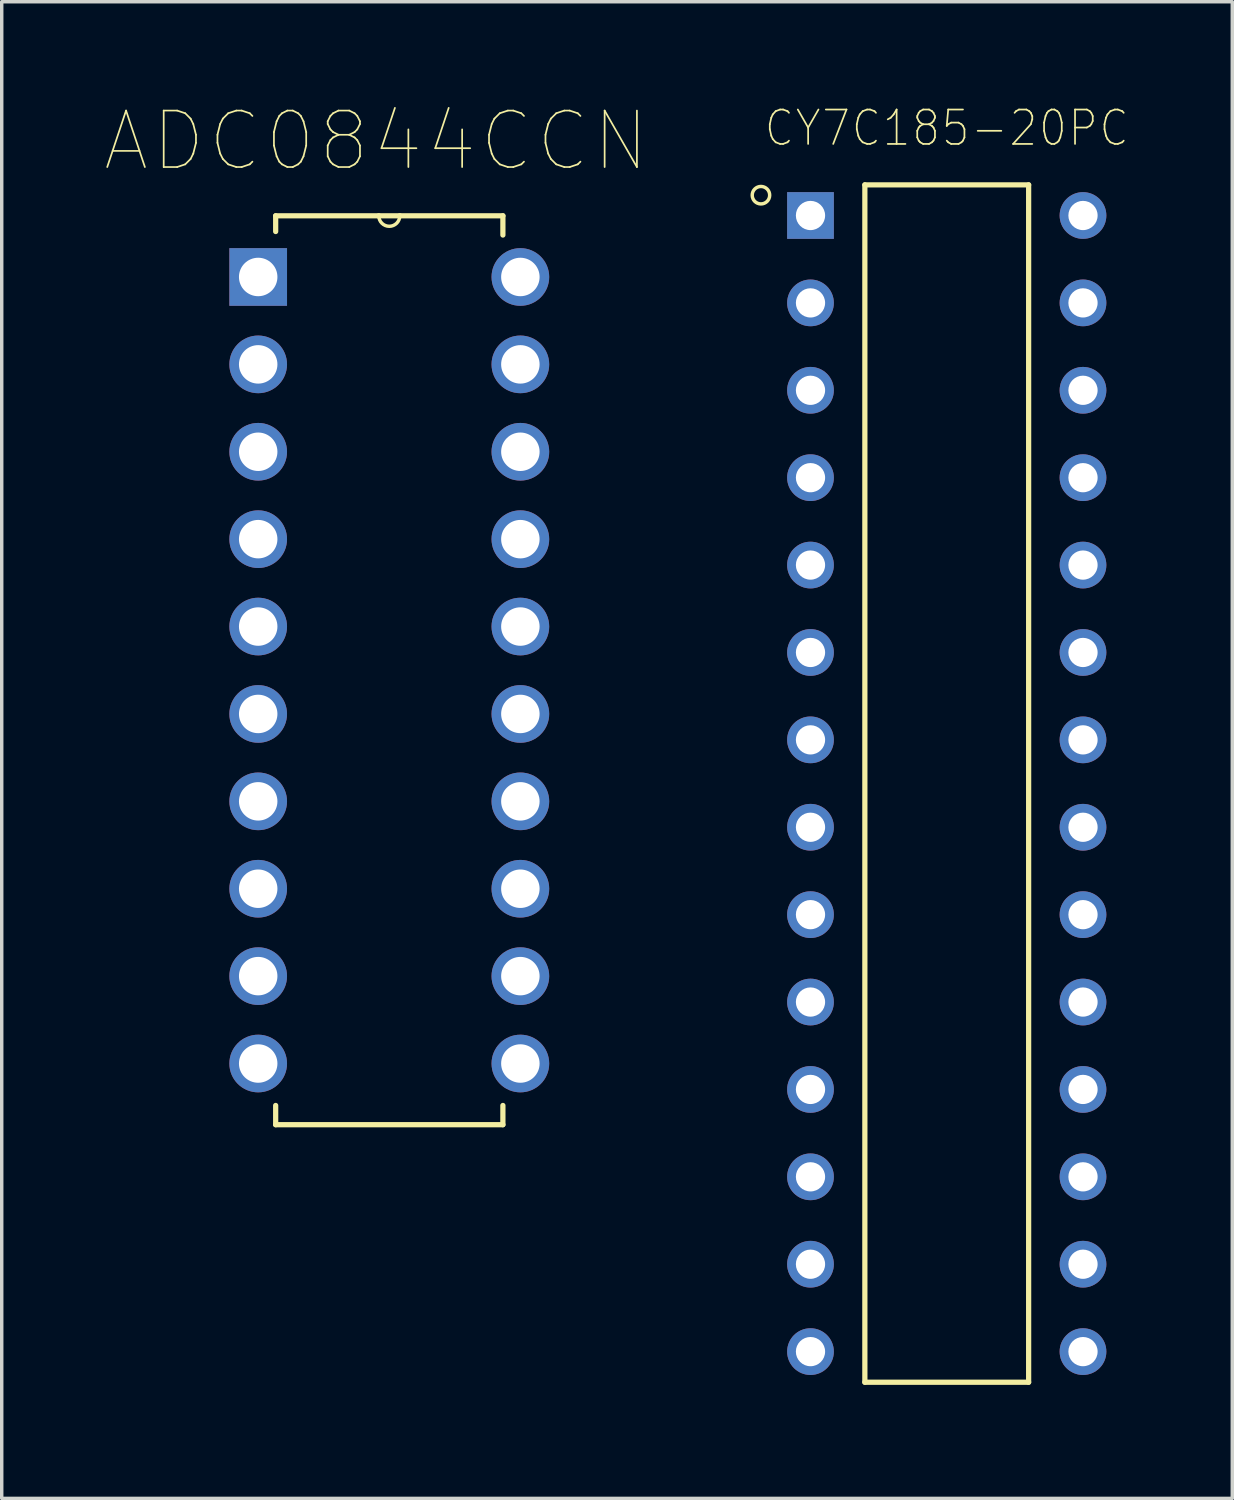
<source format=kicad_pcb>
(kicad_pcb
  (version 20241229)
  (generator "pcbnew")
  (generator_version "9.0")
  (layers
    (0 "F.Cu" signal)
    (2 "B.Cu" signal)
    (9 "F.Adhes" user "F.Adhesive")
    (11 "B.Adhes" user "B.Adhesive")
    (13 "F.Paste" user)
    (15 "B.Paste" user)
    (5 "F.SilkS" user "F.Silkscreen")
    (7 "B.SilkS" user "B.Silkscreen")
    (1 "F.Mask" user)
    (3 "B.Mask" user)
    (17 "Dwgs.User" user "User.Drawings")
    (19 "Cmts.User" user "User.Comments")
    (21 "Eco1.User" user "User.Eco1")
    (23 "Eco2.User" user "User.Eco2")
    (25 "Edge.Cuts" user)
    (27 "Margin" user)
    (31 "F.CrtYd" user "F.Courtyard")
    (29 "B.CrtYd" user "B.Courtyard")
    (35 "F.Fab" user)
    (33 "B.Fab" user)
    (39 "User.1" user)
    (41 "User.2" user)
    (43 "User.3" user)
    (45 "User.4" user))
  (footprint "CY7C185-20PC"
    (layer "F.Cu")
    (at 24.466 19.723)
    (property "Reference" "CY7C185-20PC" (at 0 -19.05 0) (layer "F.SilkS") (effects (font (size 1 0.9) (thickness 0.05))))
    (attr through_hole)
    (fp_line (start -2.38 -17.4) (end -2.38 17.4) (stroke (width 0.152) (type solid)) (layer "F.SilkS"))
    (fp_line (start 2.38 -17.4) (end -2.38 -17.4) (stroke (width 0.152) (type solid)) (layer "F.SilkS"))
    (fp_line (start 2.38 17.4) (end -2.38 17.4) (stroke (width 0.152) (type solid)) (layer "F.SilkS"))
    (fp_line (start 2.38 17.4) (end 2.38 -17.4) (stroke (width 0.152) (type solid)) (layer "F.SilkS"))
    (fp_circle (center -5.4 -17.1) (end -5.146 -17.1) (stroke (width 0.1) (type solid)) (fill no) (layer "F.SilkS"))
    (fp_line (start -5 -17.75) (end 5 -17.75) (stroke (width 0.05) (type solid)) (layer "Eco1.User"))
    (fp_line (start -5 17.75) (end -5 -17.75) (stroke (width 0.05) (type solid)) (layer "Eco1.User"))
    (fp_line (start 5 -17.75) (end 5 17.75) (stroke (width 0.05) (type solid)) (layer "Eco1.User"))
    (fp_line (start 5 17.75) (end -5 17.75) (stroke (width 0.05) (type solid)) (layer "Eco1.User"))
    (pad "1" thru_hole rect (at -3.96 -16.51) (size 1.358 1.358) (drill 0.85) (layers "*.Cu" "*.Mask"))
    (pad "2" thru_hole circle (at -3.96 -13.97) (size 1.358 1.358) (drill 0.85) (layers "*.Cu" "*.Mask"))
    (pad "3" thru_hole circle (at -3.96 -11.43) (size 1.358 1.358) (drill 0.85) (layers "*.Cu" "*.Mask"))
    (pad "4" thru_hole circle (at -3.96 -8.89) (size 1.358 1.358) (drill 0.85) (layers "*.Cu" "*.Mask"))
    (pad "5" thru_hole circle (at -3.96 -6.35) (size 1.358 1.358) (drill 0.85) (layers "*.Cu" "*.Mask"))
    (pad "6" thru_hole circle (at -3.96 -3.81) (size 1.358 1.358) (drill 0.85) (layers "*.Cu" "*.Mask"))
    (pad "7" thru_hole circle (at -3.96 -1.27) (size 1.358 1.358) (drill 0.85) (layers "*.Cu" "*.Mask"))
    (pad "8" thru_hole circle (at -3.96 1.27) (size 1.358 1.358) (drill 0.85) (layers "*.Cu" "*.Mask"))
    (pad "9" thru_hole circle (at -3.96 3.81) (size 1.358 1.358) (drill 0.85) (layers "*.Cu" "*.Mask"))
    (pad "10" thru_hole circle (at -3.96 6.35) (size 1.358 1.358) (drill 0.85) (layers "*.Cu" "*.Mask"))
    (pad "11" thru_hole circle (at -3.96 8.89) (size 1.358 1.358) (drill 0.85) (layers "*.Cu" "*.Mask"))
    (pad "12" thru_hole circle (at -3.96 11.43) (size 1.358 1.358) (drill 0.85) (layers "*.Cu" "*.Mask"))
    (pad "13" thru_hole circle (at -3.96 13.97) (size 1.358 1.358) (drill 0.85) (layers "*.Cu" "*.Mask"))
    (pad "14" thru_hole circle (at -3.96 16.51) (size 1.358 1.358) (drill 0.85) (layers "*.Cu" "*.Mask"))
    (pad "15" thru_hole circle (at 3.96 16.51) (size 1.358 1.358) (drill 0.85) (layers "*.Cu" "*.Mask"))
    (pad "16" thru_hole circle (at 3.96 13.97) (size 1.358 1.358) (drill 0.85) (layers "*.Cu" "*.Mask"))
    (pad "17" thru_hole circle (at 3.96 11.43) (size 1.358 1.358) (drill 0.85) (layers "*.Cu" "*.Mask"))
    (pad "18" thru_hole circle (at 3.96 8.89) (size 1.358 1.358) (drill 0.85) (layers "*.Cu" "*.Mask"))
    (pad "19" thru_hole circle (at 3.96 6.35) (size 1.358 1.358) (drill 0.85) (layers "*.Cu" "*.Mask"))
    (pad "20" thru_hole circle (at 3.96 3.81) (size 1.358 1.358) (drill 0.85) (layers "*.Cu" "*.Mask"))
    (pad "21" thru_hole circle (at 3.96 1.27) (size 1.358 1.358) (drill 0.85) (layers "*.Cu" "*.Mask"))
    (pad "22" thru_hole circle (at 3.96 -1.27) (size 1.358 1.358) (drill 0.85) (layers "*.Cu" "*.Mask"))
    (pad "23" thru_hole circle (at 3.96 -3.81) (size 1.358 1.358) (drill 0.85) (layers "*.Cu" "*.Mask"))
    (pad "24" thru_hole circle (at 3.96 -6.35) (size 1.358 1.358) (drill 0.85) (layers "*.Cu" "*.Mask"))
    (pad "25" thru_hole circle (at 3.96 -8.89) (size 1.358 1.358) (drill 0.85) (layers "*.Cu" "*.Mask"))
    (pad "26" thru_hole circle (at 3.96 -11.43) (size 1.358 1.358) (drill 0.85) (layers "*.Cu" "*.Mask"))
    (pad "27" thru_hole circle (at 3.96 -13.97) (size 1.358 1.358) (drill 0.85) (layers "*.Cu" "*.Mask"))
    (pad "28" thru_hole circle (at 3.96 -16.51) (size 1.358 1.358) (drill 0.85) (layers "*.Cu" "*.Mask")))
  (footprint "ADC0844CCN"
    (layer "F.Cu")
    (at 12.074 27.86)
    (property "Reference" "ADC0844CCN" (at -4.193 -26.812 0) (layer "F.SilkS") (effects (font (size 1.641 1.641) (thickness 0.05))))
    (attr through_hole)
    (fp_line (start -7.112 -24.638) (end -7.112 -24.181) (stroke (width 0.152) (type solid)) (layer "F.SilkS"))
    (fp_line (start -7.112 1.219) (end -7.112 1.778) (stroke (width 0.152) (type solid)) (layer "F.SilkS"))
    (fp_line (start -7.112 1.778) (end -0.508 1.778) (stroke (width 0.152) (type solid)) (layer "F.SilkS"))
    (fp_line (start -4.115 -24.638) (end -7.112 -24.638) (stroke (width 0.152) (type solid)) (layer "F.SilkS"))
    (fp_line (start -3.505 -24.638) (end -4.115 -24.638) (stroke (width 0.152) (type solid)) (layer "F.SilkS"))
    (fp_line (start -0.508 -24.638) (end -3.505 -24.638) (stroke (width 0.152) (type solid)) (layer "F.SilkS"))
    (fp_line (start -0.508 -24.079) (end -0.508 -24.638) (stroke (width 0.152) (type solid)) (layer "F.SilkS"))
    (fp_line (start -0.508 1.778) (end -0.508 1.219) (stroke (width 0.152) (type solid)) (layer "F.SilkS"))
    (fp_arc (start -3.5052 -24.638) (mid -3.81 -24.3332) (end -4.1148 -24.638) (stroke (width 0.1) (type solid)) (layer "F.SilkS"))
    (fp_line (start -8.179 -23.419) (end -8.179 -22.301) (stroke (width 0.152) (type solid)) (layer "Eco2.User"))
    (fp_line (start -8.179 -22.301) (end -7.112 -22.301) (stroke (width 0.152) (type solid)) (layer "Eco2.User"))
    (fp_line (start -8.179 -20.879) (end -8.179 -19.761) (stroke (width 0.152) (type solid)) (layer "Eco2.User"))
    (fp_line (start -8.179 -19.761) (end -7.112 -19.761) (stroke (width 0.152) (type solid)) (layer "Eco2.User"))
    (fp_line (start -8.179 -18.339) (end -8.179 -17.221) (stroke (width 0.152) (type solid)) (layer "Eco2.User"))
    (fp_line (start -8.179 -17.221) (end -7.112 -17.221) (stroke (width 0.152) (type solid)) (layer "Eco2.User"))
    (fp_line (start -8.179 -15.799) (end -8.179 -14.681) (stroke (width 0.152) (type solid)) (layer "Eco2.User"))
    (fp_line (start -8.179 -14.681) (end -7.112 -14.681) (stroke (width 0.152) (type solid)) (layer "Eco2.User"))
    (fp_line (start -8.179 -13.259) (end -8.179 -12.141) (stroke (width 0.152) (type solid)) (layer "Eco2.User"))
    (fp_line (start -8.179 -12.141) (end -7.112 -12.141) (stroke (width 0.152) (type solid)) (layer "Eco2.User"))
    (fp_line (start -8.179 -10.719) (end -8.179 -9.601) (stroke (width 0.152) (type solid)) (layer "Eco2.User"))
    (fp_line (start -8.179 -9.601) (end -7.112 -9.601) (stroke (width 0.152) (type solid)) (layer "Eco2.User"))
    (fp_line (start -8.179 -8.179) (end -8.179 -7.061) (stroke (width 0.152) (type solid)) (layer "Eco2.User"))
    (fp_line (start -8.179 -7.061) (end -7.112 -7.061) (stroke (width 0.152) (type solid)) (layer "Eco2.User"))
    (fp_line (start -8.179 -5.639) (end -8.179 -4.521) (stroke (width 0.152) (type solid)) (layer "Eco2.User"))
    (fp_line (start -8.179 -4.521) (end -7.112 -4.521) (stroke (width 0.152) (type solid)) (layer "Eco2.User"))
    (fp_line (start -8.179 -3.099) (end -8.179 -1.981) (stroke (width 0.152) (type solid)) (layer "Eco2.User"))
    (fp_line (start -8.179 -1.981) (end -7.112 -1.981) (stroke (width 0.152) (type solid)) (layer "Eco2.User"))
    (fp_line (start -8.179 -0.559) (end -8.179 0.559) (stroke (width 0.152) (type solid)) (layer "Eco2.User"))
    (fp_line (start -8.179 0.559) (end -7.112 0.559) (stroke (width 0.152) (type solid)) (layer "Eco2.User"))
    (fp_line (start -7.112 -24.638) (end -7.112 1.778) (stroke (width 0.152) (type solid)) (layer "Eco2.User"))
    (fp_line (start -7.112 -23.419) (end -8.179 -23.419) (stroke (width 0.152) (type solid)) (layer "Eco2.User"))
    (fp_line (start -7.112 -22.301) (end -7.112 -23.419) (stroke (width 0.152) (type solid)) (layer "Eco2.User"))
    (fp_line (start -7.112 -20.879) (end -8.179 -20.879) (stroke (width 0.152) (type solid)) (layer "Eco2.User"))
    (fp_line (start -7.112 -19.761) (end -7.112 -20.879) (stroke (width 0.152) (type solid)) (layer "Eco2.User"))
    (fp_line (start -7.112 -18.339) (end -8.179 -18.339) (stroke (width 0.152) (type solid)) (layer "Eco2.User"))
    (fp_line (start -7.112 -17.221) (end -7.112 -18.339) (stroke (width 0.152) (type solid)) (layer "Eco2.User"))
    (fp_line (start -7.112 -15.799) (end -8.179 -15.799) (stroke (width 0.152) (type solid)) (layer "Eco2.User"))
    (fp_line (start -7.112 -14.681) (end -7.112 -15.799) (stroke (width 0.152) (type solid)) (layer "Eco2.User"))
    (fp_line (start -7.112 -13.259) (end -8.179 -13.259) (stroke (width 0.152) (type solid)) (layer "Eco2.User"))
    (fp_line (start -7.112 -12.141) (end -7.112 -13.259) (stroke (width 0.152) (type solid)) (layer "Eco2.User"))
    (fp_line (start -7.112 -10.719) (end -8.179 -10.719) (stroke (width 0.152) (type solid)) (layer "Eco2.User"))
    (fp_line (start -7.112 -9.601) (end -7.112 -10.719) (stroke (width 0.152) (type solid)) (layer "Eco2.User"))
    (fp_line (start -7.112 -8.179) (end -8.179 -8.179) (stroke (width 0.152) (type solid)) (layer "Eco2.User"))
    (fp_line (start -7.112 -7.061) (end -7.112 -8.179) (stroke (width 0.152) (type solid)) (layer "Eco2.User"))
    (fp_line (start -7.112 -5.639) (end -8.179 -5.639) (stroke (width 0.152) (type solid)) (layer "Eco2.User"))
    (fp_line (start -7.112 -4.521) (end -7.112 -5.639) (stroke (width 0.152) (type solid)) (layer "Eco2.User"))
    (fp_line (start -7.112 -3.099) (end -8.179 -3.099) (stroke (width 0.152) (type solid)) (layer "Eco2.User"))
    (fp_line (start -7.112 -1.981) (end -7.112 -3.099) (stroke (width 0.152) (type solid)) (layer "Eco2.User"))
    (fp_line (start -7.112 -0.559) (end -8.179 -0.559) (stroke (width 0.152) (type solid)) (layer "Eco2.User"))
    (fp_line (start -7.112 0.559) (end -7.112 -0.559) (stroke (width 0.152) (type solid)) (layer "Eco2.User"))
    (fp_line (start -7.112 1.778) (end -0.508 1.778) (stroke (width 0.152) (type solid)) (layer "Eco2.User"))
    (fp_line (start -4.115 -24.638) (end -7.112 -24.638) (stroke (width 0.152) (type solid)) (layer "Eco2.User"))
    (fp_line (start -3.505 -24.638) (end -4.115 -24.638) (stroke (width 0.152) (type solid)) (layer "Eco2.User"))
    (fp_line (start -0.508 -24.638) (end -3.505 -24.638) (stroke (width 0.152) (type solid)) (layer "Eco2.User"))
    (fp_line (start -0.508 -23.419) (end -0.508 -22.301) (stroke (width 0.152) (type solid)) (layer "Eco2.User"))
    (fp_line (start -0.508 -22.301) (end 0.559 -22.301) (stroke (width 0.152) (type solid)) (layer "Eco2.User"))
    (fp_line (start -0.508 -20.879) (end -0.508 -19.761) (stroke (width 0.152) (type solid)) (layer "Eco2.User"))
    (fp_line (start -0.508 -19.761) (end 0.559 -19.761) (stroke (width 0.152) (type solid)) (layer "Eco2.User"))
    (fp_line (start -0.508 -18.339) (end -0.508 -17.221) (stroke (width 0.152) (type solid)) (layer "Eco2.User"))
    (fp_line (start -0.508 -17.221) (end 0.559 -17.221) (stroke (width 0.152) (type solid)) (layer "Eco2.User"))
    (fp_line (start -0.508 -15.799) (end -0.508 -14.681) (stroke (width 0.152) (type solid)) (layer "Eco2.User"))
    (fp_line (start -0.508 -14.681) (end 0.559 -14.681) (stroke (width 0.152) (type solid)) (layer "Eco2.User"))
    (fp_line (start -0.508 -13.259) (end -0.508 -12.141) (stroke (width 0.152) (type solid)) (layer "Eco2.User"))
    (fp_line (start -0.508 -12.141) (end 0.559 -12.141) (stroke (width 0.152) (type solid)) (layer "Eco2.User"))
    (fp_line (start -0.508 -10.719) (end -0.508 -9.601) (stroke (width 0.152) (type solid)) (layer "Eco2.User"))
    (fp_line (start -0.508 -9.601) (end 0.559 -9.601) (stroke (width 0.152) (type solid)) (layer "Eco2.User"))
    (fp_line (start -0.508 -8.179) (end -0.508 -7.061) (stroke (width 0.152) (type solid)) (layer "Eco2.User"))
    (fp_line (start -0.508 -7.061) (end 0.559 -7.061) (stroke (width 0.152) (type solid)) (layer "Eco2.User"))
    (fp_line (start -0.508 -5.639) (end -0.508 -4.521) (stroke (width 0.152) (type solid)) (layer "Eco2.User"))
    (fp_line (start -0.508 -4.521) (end 0.559 -4.521) (stroke (width 0.152) (type solid)) (layer "Eco2.User"))
    (fp_line (start -0.508 -3.099) (end -0.508 -1.981) (stroke (width 0.152) (type solid)) (layer "Eco2.User"))
    (fp_line (start -0.508 -1.981) (end 0.559 -1.981) (stroke (width 0.152) (type solid)) (layer "Eco2.User"))
    (fp_line (start -0.508 -0.559) (end -0.508 0.559) (stroke (width 0.152) (type solid)) (layer "Eco2.User"))
    (fp_line (start -0.508 0.559) (end 0.559 0.559) (stroke (width 0.152) (type solid)) (layer "Eco2.User"))
    (fp_line (start -0.508 1.778) (end -0.508 -24.638) (stroke (width 0.152) (type solid)) (layer "Eco2.User"))
    (fp_line (start 0.559 -23.419) (end -0.508 -23.419) (stroke (width 0.152) (type solid)) (layer "Eco2.User"))
    (fp_line (start 0.559 -22.301) (end 0.559 -23.419) (stroke (width 0.152) (type solid)) (layer "Eco2.User"))
    (fp_line (start 0.559 -20.879) (end -0.508 -20.879) (stroke (width 0.152) (type solid)) (layer "Eco2.User"))
    (fp_line (start 0.559 -19.761) (end 0.559 -20.879) (stroke (width 0.152) (type solid)) (layer "Eco2.User"))
    (fp_line (start 0.559 -18.339) (end -0.508 -18.339) (stroke (width 0.152) (type solid)) (layer "Eco2.User"))
    (fp_line (start 0.559 -17.221) (end 0.559 -18.339) (stroke (width 0.152) (type solid)) (layer "Eco2.User"))
    (fp_line (start 0.559 -15.799) (end -0.508 -15.799) (stroke (width 0.152) (type solid)) (layer "Eco2.User"))
    (fp_line (start 0.559 -14.681) (end 0.559 -15.799) (stroke (width 0.152) (type solid)) (layer "Eco2.User"))
    (fp_line (start 0.559 -13.259) (end -0.508 -13.259) (stroke (width 0.152) (type solid)) (layer "Eco2.User"))
    (fp_line (start 0.559 -12.141) (end 0.559 -13.259) (stroke (width 0.152) (type solid)) (layer "Eco2.User"))
    (fp_line (start 0.559 -10.719) (end -0.508 -10.719) (stroke (width 0.152) (type solid)) (layer "Eco2.User"))
    (fp_line (start 0.559 -9.601) (end 0.559 -10.719) (stroke (width 0.152) (type solid)) (layer "Eco2.User"))
    (fp_line (start 0.559 -8.179) (end -0.508 -8.179) (stroke (width 0.152) (type solid)) (layer "Eco2.User"))
    (fp_line (start 0.559 -7.061) (end 0.559 -8.179) (stroke (width 0.152) (type solid)) (layer "Eco2.User"))
    (fp_line (start 0.559 -5.639) (end -0.508 -5.639) (stroke (width 0.152) (type solid)) (layer "Eco2.User"))
    (fp_line (start 0.559 -4.521) (end 0.559 -5.639) (stroke (width 0.152) (type solid)) (layer "Eco2.User"))
    (fp_line (start 0.559 -3.099) (end -0.508 -3.099) (stroke (width 0.152) (type solid)) (layer "Eco2.User"))
    (fp_line (start 0.559 -1.981) (end 0.559 -3.099) (stroke (width 0.152) (type solid)) (layer "Eco2.User"))
    (fp_line (start 0.559 -0.559) (end -0.508 -0.559) (stroke (width 0.152) (type solid)) (layer "Eco2.User"))
    (fp_line (start 0.559 0.559) (end 0.559 -0.559) (stroke (width 0.152) (type solid)) (layer "Eco2.User"))
    (fp_arc (start -3.5052 -24.638) (mid -3.81 -24.3332) (end -4.1148 -24.638) (stroke (width 0.1) (type solid)) (layer "Eco2.User"))
    (pad "1" thru_hole rect (at -7.62 -22.86) (size 1.676 1.676) (drill 1.118) (layers "*.Cu" "*.Mask"))
    (pad "2" thru_hole circle (at -7.62 -20.32) (size 1.676 1.676) (drill 1.118) (layers "*.Cu" "*.Mask"))
    (pad "3" thru_hole circle (at -7.62 -17.78) (size 1.676 1.676) (drill 1.118) (layers "*.Cu" "*.Mask"))
    (pad "4" thru_hole circle (at -7.62 -15.24) (size 1.676 1.676) (drill 1.118) (layers "*.Cu" "*.Mask"))
    (pad "5" thru_hole circle (at -7.62 -12.7) (size 1.676 1.676) (drill 1.118) (layers "*.Cu" "*.Mask"))
    (pad "6" thru_hole circle (at -7.62 -10.16) (size 1.676 1.676) (drill 1.118) (layers "*.Cu" "*.Mask"))
    (pad "7" thru_hole circle (at -7.62 -7.62) (size 1.676 1.676) (drill 1.118) (layers "*.Cu" "*.Mask"))
    (pad "8" thru_hole circle (at -7.62 -5.08) (size 1.676 1.676) (drill 1.118) (layers "*.Cu" "*.Mask"))
    (pad "9" thru_hole circle (at -7.62 -2.54) (size 1.676 1.676) (drill 1.118) (layers "*.Cu" "*.Mask"))
    (pad "10" thru_hole circle (at -7.62 0) (size 1.676 1.676) (drill 1.118) (layers "*.Cu" "*.Mask"))
    (pad "11" thru_hole circle (at 0 0) (size 1.676 1.676) (drill 1.118) (layers "*.Cu" "*.Mask"))
    (pad "12" thru_hole circle (at 0 -2.54) (size 1.676 1.676) (drill 1.118) (layers "*.Cu" "*.Mask"))
    (pad "13" thru_hole circle (at 0 -5.08) (size 1.676 1.676) (drill 1.118) (layers "*.Cu" "*.Mask"))
    (pad "14" thru_hole circle (at 0 -7.62) (size 1.676 1.676) (drill 1.118) (layers "*.Cu" "*.Mask"))
    (pad "15" thru_hole circle (at 0 -10.16) (size 1.676 1.676) (drill 1.118) (layers "*.Cu" "*.Mask"))
    (pad "16" thru_hole circle (at 0 -12.7) (size 1.676 1.676) (drill 1.118) (layers "*.Cu" "*.Mask"))
    (pad "17" thru_hole circle (at 0 -15.24) (size 1.676 1.676) (drill 1.118) (layers "*.Cu" "*.Mask"))
    (pad "18" thru_hole circle (at 0 -17.78) (size 1.676 1.676) (drill 1.118) (layers "*.Cu" "*.Mask"))
    (pad "19" thru_hole circle (at 0 -20.32) (size 1.676 1.676) (drill 1.118) (layers "*.Cu" "*.Mask"))
    (pad "20" thru_hole circle (at 0 -22.86) (size 1.676 1.676) (drill 1.118) (layers "*.Cu" "*.Mask")))
  (gr_rect
    (start -3 -3)
    (end 32.765 40.498)
    (stroke (width 0.1) (type default))
    (fill no)
    (layer "Edge.Cuts")))
</source>
